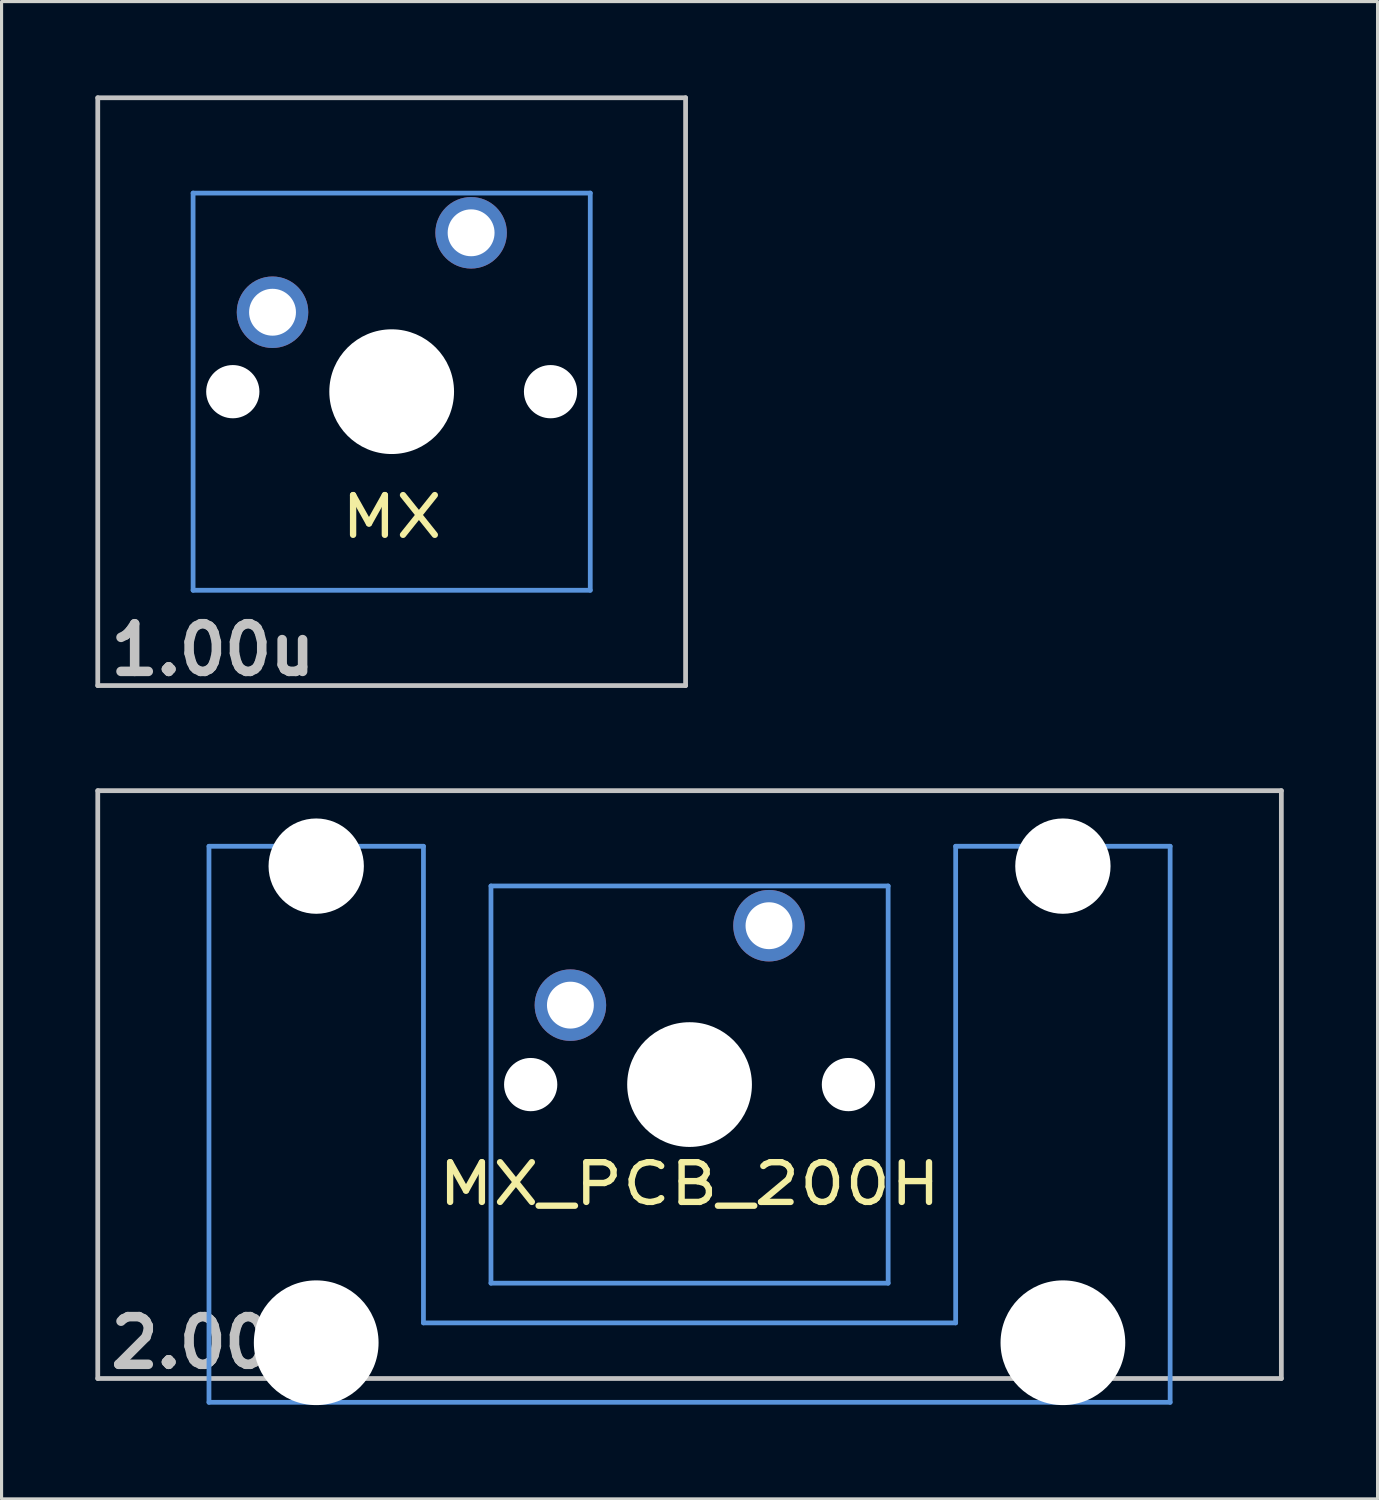
<source format=kicad_pcb>
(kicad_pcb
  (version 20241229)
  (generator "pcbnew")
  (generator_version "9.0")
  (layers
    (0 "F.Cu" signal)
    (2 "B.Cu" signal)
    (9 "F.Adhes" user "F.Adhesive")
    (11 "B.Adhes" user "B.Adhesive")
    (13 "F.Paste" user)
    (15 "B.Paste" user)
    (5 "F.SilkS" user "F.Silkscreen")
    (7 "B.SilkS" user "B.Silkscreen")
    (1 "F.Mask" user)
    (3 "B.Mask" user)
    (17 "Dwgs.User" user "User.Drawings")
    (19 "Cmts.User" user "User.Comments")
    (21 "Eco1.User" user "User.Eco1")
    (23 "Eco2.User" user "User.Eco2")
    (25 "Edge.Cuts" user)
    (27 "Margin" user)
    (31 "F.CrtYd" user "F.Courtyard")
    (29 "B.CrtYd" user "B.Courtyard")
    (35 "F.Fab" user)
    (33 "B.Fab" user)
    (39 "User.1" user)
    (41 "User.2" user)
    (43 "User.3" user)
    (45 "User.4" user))
  (footprint "MX_PCB_200H"
    (layer "F.Cu")
    (at 18.999 31.63)
    (property "Reference" "MX_PCB_200H" (at 0 3.175 0) (layer "F.SilkS") (effects (font (size 1.27 1.524) (thickness 0.203))))
    (attr through_hole)
    (fp_line (start -18.923 -9.398) (end 18.923 -9.398) (stroke (width 0.152) (type solid)) (layer "Dwgs.User"))
    (fp_line (start -18.923 9.398) (end -18.923 -9.398) (stroke (width 0.152) (type solid)) (layer "Dwgs.User"))
    (fp_line (start 18.923 -9.398) (end 18.923 9.398) (stroke (width 0.152) (type solid)) (layer "Dwgs.User"))
    (fp_line (start 18.923 9.398) (end -18.923 9.398) (stroke (width 0.152) (type solid)) (layer "Dwgs.User"))
    (fp_line (start -15.367 -7.62) (end -15.367 10.16) (stroke (width 0.152) (type solid)) (layer "Cmts.User"))
    (fp_line (start -15.367 10.16) (end 15.367 10.16) (stroke (width 0.152) (type solid)) (layer "Cmts.User"))
    (fp_line (start -8.509 -7.62) (end -15.367 -7.62) (stroke (width 0.152) (type solid)) (layer "Cmts.User"))
    (fp_line (start -8.509 7.62) (end -8.509 -7.62) (stroke (width 0.152) (type solid)) (layer "Cmts.User"))
    (fp_line (start -6.35 -6.35) (end 6.35 -6.35) (stroke (width 0.152) (type solid)) (layer "Cmts.User"))
    (fp_line (start -6.35 6.35) (end -6.35 -6.35) (stroke (width 0.152) (type solid)) (layer "Cmts.User"))
    (fp_line (start 6.35 -6.35) (end 6.35 6.35) (stroke (width 0.152) (type solid)) (layer "Cmts.User"))
    (fp_line (start 6.35 6.35) (end -6.35 6.35) (stroke (width 0.152) (type solid)) (layer "Cmts.User"))
    (fp_line (start 8.509 -7.62) (end 8.509 7.62) (stroke (width 0.152) (type solid)) (layer "Cmts.User"))
    (fp_line (start 8.509 7.62) (end -8.509 7.62) (stroke (width 0.152) (type solid)) (layer "Cmts.User"))
    (fp_line (start 15.367 -7.62) (end 8.509 -7.62) (stroke (width 0.152) (type solid)) (layer "Cmts.User"))
    (fp_line (start 15.367 10.16) (end 15.367 -7.62) (stroke (width 0.152) (type solid)) (layer "Cmts.User"))
    (fp_line (start -16.129 -2.286) (end -15.265 -2.286) (stroke (width 0.152) (type solid)) (layer "Eco2.User"))
    (fp_line (start -16.129 0.508) (end -16.129 -2.286) (stroke (width 0.152) (type solid)) (layer "Eco2.User"))
    (fp_line (start -15.265 -5.69) (end -8.611 -5.69) (stroke (width 0.152) (type solid)) (layer "Eco2.User"))
    (fp_line (start -15.265 -2.286) (end -15.265 -5.69) (stroke (width 0.152) (type solid)) (layer "Eco2.User"))
    (fp_line (start -15.265 0.508) (end -16.129 0.508) (stroke (width 0.152) (type solid)) (layer "Eco2.User"))
    (fp_line (start -15.265 6.604) (end -15.265 0.508) (stroke (width 0.152) (type solid)) (layer "Eco2.User"))
    (fp_line (start -14.224 6.604) (end -15.265 6.604) (stroke (width 0.152) (type solid)) (layer "Eco2.User"))
    (fp_line (start -14.224 7.772) (end -14.224 6.604) (stroke (width 0.152) (type solid)) (layer "Eco2.User"))
    (fp_line (start -9.652 6.604) (end -9.652 7.772) (stroke (width 0.152) (type solid)) (layer "Eco2.User"))
    (fp_line (start -9.652 7.772) (end -14.224 7.772) (stroke (width 0.152) (type solid)) (layer "Eco2.User"))
    (fp_line (start -8.611 -5.69) (end -8.611 -4.877) (stroke (width 0.152) (type solid)) (layer "Eco2.User"))
    (fp_line (start -8.611 -4.877) (end -6.985 -4.877) (stroke (width 0.152) (type solid)) (layer "Eco2.User"))
    (fp_line (start -8.611 5.817) (end -8.611 6.604) (stroke (width 0.152) (type solid)) (layer "Eco2.User"))
    (fp_line (start -8.611 6.604) (end -9.652 6.604) (stroke (width 0.152) (type solid)) (layer "Eco2.User"))
    (fp_line (start -6.985 -6.985) (end 6.985 -6.985) (stroke (width 0.152) (type solid)) (layer "Eco2.User"))
    (fp_line (start -6.985 -4.877) (end -6.985 -6.985) (stroke (width 0.152) (type solid)) (layer "Eco2.User"))
    (fp_line (start -6.985 5.817) (end -8.611 5.817) (stroke (width 0.152) (type solid)) (layer "Eco2.User"))
    (fp_line (start -6.985 6.985) (end -6.985 5.817) (stroke (width 0.152) (type solid)) (layer "Eco2.User"))
    (fp_line (start 6.985 -6.985) (end 6.985 -4.877) (stroke (width 0.152) (type solid)) (layer "Eco2.User"))
    (fp_line (start 6.985 -4.877) (end 8.611 -4.877) (stroke (width 0.152) (type solid)) (layer "Eco2.User"))
    (fp_line (start 6.985 5.817) (end 6.985 6.985) (stroke (width 0.152) (type solid)) (layer "Eco2.User"))
    (fp_line (start 6.985 6.985) (end -6.985 6.985) (stroke (width 0.152) (type solid)) (layer "Eco2.User"))
    (fp_line (start 8.611 -5.69) (end 15.265 -5.69) (stroke (width 0.152) (type solid)) (layer "Eco2.User"))
    (fp_line (start 8.611 -4.877) (end 8.611 -5.69) (stroke (width 0.152) (type solid)) (layer "Eco2.User"))
    (fp_line (start 8.611 5.817) (end 6.985 5.817) (stroke (width 0.152) (type solid)) (layer "Eco2.User"))
    (fp_line (start 8.611 6.604) (end 8.611 5.817) (stroke (width 0.152) (type solid)) (layer "Eco2.User"))
    (fp_line (start 9.652 6.604) (end 8.611 6.604) (stroke (width 0.152) (type solid)) (layer "Eco2.User"))
    (fp_line (start 9.652 7.772) (end 9.652 6.604) (stroke (width 0.152) (type solid)) (layer "Eco2.User"))
    (fp_line (start 14.224 6.604) (end 14.224 7.772) (stroke (width 0.152) (type solid)) (layer "Eco2.User"))
    (fp_line (start 14.224 7.772) (end 9.652 7.772) (stroke (width 0.152) (type solid)) (layer "Eco2.User"))
    (fp_line (start 15.265 -5.69) (end 15.265 -2.286) (stroke (width 0.152) (type solid)) (layer "Eco2.User"))
    (fp_line (start 15.265 -2.286) (end 16.129 -2.286) (stroke (width 0.152) (type solid)) (layer "Eco2.User"))
    (fp_line (start 15.265 0.508) (end 15.265 6.604) (stroke (width 0.152) (type solid)) (layer "Eco2.User"))
    (fp_line (start 15.265 6.604) (end 14.224 6.604) (stroke (width 0.152) (type solid)) (layer "Eco2.User"))
    (fp_line (start 16.129 -2.286) (end 16.129 0.508) (stroke (width 0.152) (type solid)) (layer "Eco2.User"))
    (fp_line (start 16.129 0.508) (end 15.265 0.508) (stroke (width 0.152) (type solid)) (layer "Eco2.User"))
    (fp_text user "2.00u" (at -15.24 8.255 0) (layer "Dwgs.User") (effects (font (size 1.524 1.524) (thickness 0.305))))
    (pad "" np_thru_hole circle (at -11.938 -6.985 180) (size 3.048 3.048) (drill 3.048) (layers "*.Cu" "*.Mask"))
    (pad "" np_thru_hole circle (at -11.938 8.255 180) (size 3.988 3.988) (drill 3.988) (layers "*.Cu" "*.Mask"))
    (pad "" np_thru_hole circle (at -5.08 0 180) (size 1.702 1.702) (drill 1.702) (layers "*.Cu"))
    (pad "" np_thru_hole circle (at 0 0) (size 3.988 3.988) (drill 3.988) (layers "*.Cu" "*.Mask"))
    (pad "" np_thru_hole circle (at 5.08 0 180) (size 1.702 1.702) (drill 1.702) (layers "*.Cu"))
    (pad "" np_thru_hole circle (at 11.938 -6.985 180) (size 3.048 3.048) (drill 3.048) (layers "*.Cu" "*.Mask"))
    (pad "" np_thru_hole circle (at 11.938 8.255 180) (size 3.988 3.988) (drill 3.988) (layers "*.Cu" "*.Mask"))
    (pad "1" thru_hole circle (at 2.54 -5.08) (size 2.286 2.286) (drill 1.499) (layers "*.Cu" "*.Mask"))
    (pad "2" thru_hole circle (at -3.81 -2.54) (size 2.286 2.286) (drill 1.499) (layers "*.Cu" "*.Mask")))
  (footprint "MX"
    (layer "F.Cu")
    (at 9.474 9.474)
    (property "Reference" "MX" (at 0 4 0) (layer "F.SilkS") (effects (font (size 1.27 1.524) (thickness 0.203))))
    (attr through_hole)
    (fp_line (start -9.398 -9.398) (end 9.398 -9.398) (stroke (width 0.152) (type solid)) (layer "Dwgs.User"))
    (fp_line (start -9.398 9.398) (end -9.398 -9.398) (stroke (width 0.152) (type solid)) (layer "Dwgs.User"))
    (fp_line (start 9.398 -9.398) (end 9.398 9.398) (stroke (width 0.152) (type solid)) (layer "Dwgs.User"))
    (fp_line (start 9.398 9.398) (end -9.398 9.398) (stroke (width 0.152) (type solid)) (layer "Dwgs.User"))
    (fp_line (start -6.35 -6.35) (end 6.35 -6.35) (stroke (width 0.152) (type solid)) (layer "Cmts.User"))
    (fp_line (start -6.35 6.35) (end -6.35 -6.35) (stroke (width 0.152) (type solid)) (layer "Cmts.User"))
    (fp_line (start 6.35 -6.35) (end 6.35 6.35) (stroke (width 0.152) (type solid)) (layer "Cmts.User"))
    (fp_line (start 6.35 6.35) (end -6.35 6.35) (stroke (width 0.152) (type solid)) (layer "Cmts.User"))
    (fp_line (start -6.985 -6.985) (end 6.985 -6.985) (stroke (width 0.152) (type solid)) (layer "Eco2.User"))
    (fp_line (start -6.985 6.985) (end -6.985 -6.985) (stroke (width 0.152) (type solid)) (layer "Eco2.User"))
    (fp_line (start 6.985 -6.985) (end 6.985 6.985) (stroke (width 0.152) (type solid)) (layer "Eco2.User"))
    (fp_line (start 6.985 6.985) (end -6.985 6.985) (stroke (width 0.152) (type solid)) (layer "Eco2.User"))
    (fp_text user "1.00u" (at -5.715 8.255 0) (layer "Dwgs.User") (effects (font (size 1.524 1.524) (thickness 0.305))))
    (pad "" np_thru_hole circle (at -5.08 0) (size 1.702 1.702) (drill 1.702) (layers "*.Cu" "*.Mask"))
    (pad "" np_thru_hole circle (at 0 0) (size 3.988 3.988) (drill 3.988) (layers "*.Cu" "*.Mask"))
    (pad "" np_thru_hole circle (at 5.08 0) (size 1.702 1.702) (drill 1.702) (layers "*.Cu" "*.Mask"))
    (pad "1" thru_hole circle (at 2.54 -5.08) (size 2.286 2.286) (drill 1.499) (layers "*.Cu" "*.Mask"))
    (pad "2" thru_hole circle (at -3.81 -2.54) (size 2.286 2.286) (drill 1.499) (layers "*.Cu" "*.Mask")))
  (gr_rect
    (start -3 -3)
    (end 40.998 44.879)
    (stroke (width 0.1) (type default))
    (fill no)
    (layer "Edge.Cuts")))
</source>
